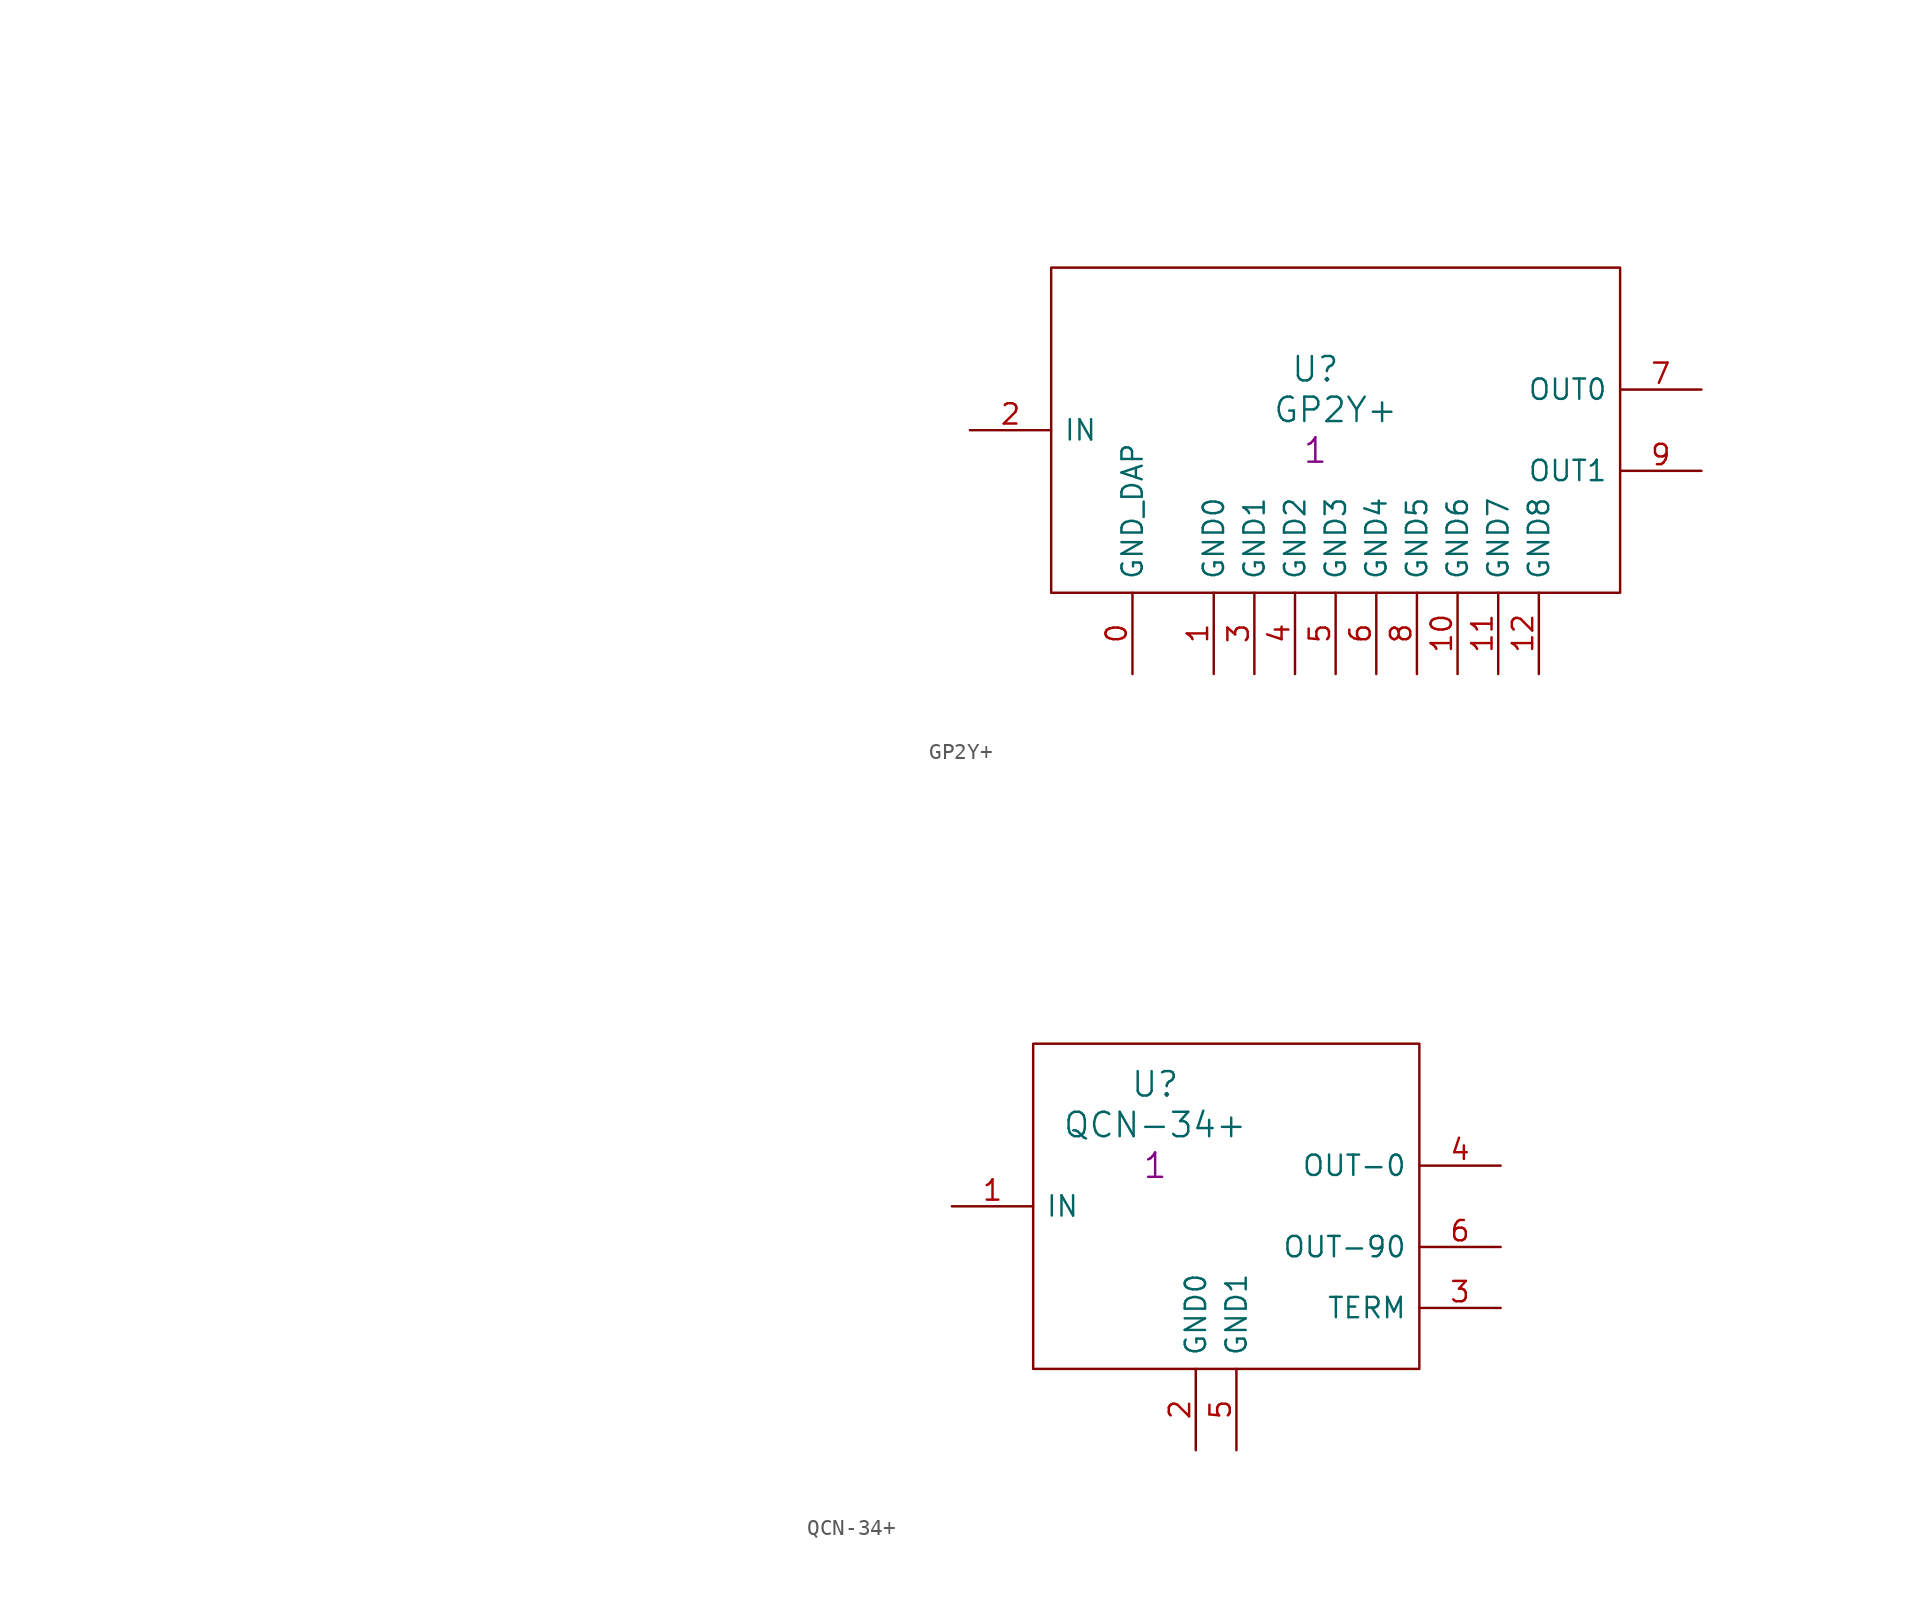
<source format=kicad_sym>
(kicad_symbol_lib
  (version 20211014)
  (generator kicad_symbol_editor)
  (symbol "GP2Y+"
    (pin_names
      (offset 0.762))
    (property "Reference" "U"
      (at 21.59 3.81 0)
      (effects (font (size 1.524 1.524))))
    (property "Value" "GP2Y+"
      (at 22.86 1.27 0)
      (effects (font (size 1.524 1.524))))
    (property "Datasheet" ""
      (at -46.99 19.05 0)
      (effects (font (size 1.524 1.524))))
    (property "Qty" "1"
      (at 21.59 -1.27 0)
      (effects (font (size 1.524 1.524))))
    (symbol "GP2Y+_0_1"
      (rectangle (start 5.08 10.16) (end 40.64 -10.16) (stroke (width 0) (type default) (color 0 0 0 0)) (fill (type none))))
    (symbol "GP2Y+_1_1"
      (pin power_in line (at 10.16 -15.24 90) (length 5.08) (name "GND_DAP" (effects (font (size 1.27 1.27)))) (number "0" (effects (font (size 1.27 1.27)))))
      (pin power_in line (at 15.24 -15.24 90) (length 5.08) (name "GND0" (effects (font (size 1.27 1.27)))) (number "1" (effects (font (size 1.27 1.27)))))
      (pin power_in line (at 30.48 -15.24 90) (length 5.08) (name "GND6" (effects (font (size 1.27 1.27)))) (number "10" (effects (font (size 1.27 1.27)))))
      (pin power_in line (at 33.02 -15.24 90) (length 5.08) (name "GND7" (effects (font (size 1.27 1.27)))) (number "11" (effects (font (size 1.27 1.27)))))
      (pin power_in line (at 35.56 -15.24 90) (length 5.08) (name "GND8" (effects (font (size 1.27 1.27)))) (number "12" (effects (font (size 1.27 1.27)))))
      (pin input line (at 0 0 0) (length 5.08) (name "IN" (effects (font (size 1.27 1.27)))) (number "2" (effects (font (size 1.27 1.27)))))
      (pin power_in line (at 17.78 -15.24 90) (length 5.08) (name "GND1" (effects (font (size 1.27 1.27)))) (number "3" (effects (font (size 1.27 1.27)))))
      (pin power_in line (at 20.32 -15.24 90) (length 5.08) (name "GND2" (effects (font (size 1.27 1.27)))) (number "4" (effects (font (size 1.27 1.27)))))
      (pin power_in line (at 22.86 -15.24 90) (length 5.08) (name "GND3" (effects (font (size 1.27 1.27)))) (number "5" (effects (font (size 1.27 1.27)))))
      (pin power_in line (at 25.4 -15.24 90) (length 5.08) (name "GND4" (effects (font (size 1.27 1.27)))) (number "6" (effects (font (size 1.27 1.27)))))
      (pin output line (at 45.72 2.54 180) (length 5.08) (name "OUT0" (effects (font (size 1.27 1.27)))) (number "7" (effects (font (size 1.27 1.27)))))
      (pin power_in line (at 27.94 -15.24 90) (length 5.08) (name "GND5" (effects (font (size 1.27 1.27)))) (number "8" (effects (font (size 1.27 1.27)))))
      (pin output line (at 45.72 -2.54 180) (length 5.08) (name "OUT1" (effects (font (size 1.27 1.27)))) (number "9" (effects (font (size 1.27 1.27)))))))
  (symbol "QCN-34+"
    (pin_names
      (offset 0.762))
    (property "Reference" "U"
      (at 12.7 7.62 0)
      (effects (font (size 1.524 1.524))))
    (property "Value" "QCN-34+"
      (at 12.7 5.08 0)
      (effects (font (size 1.524 1.524))))
    (property "Datasheet" ""
      (at -46.99 19.05 0)
      (effects (font (size 1.524 1.524))))
    (property "Qty" "1"
      (at 12.7 2.54 0)
      (effects (font (size 1.524 1.524))))
    (property "Height" ""
      (at 0 0 0)
      (effects (font (size 1.27 1.27))))
    (symbol "QCN-34+_0_1"
      (rectangle (start 5.08 10.16) (end 29.21 -10.16) (stroke (width 0) (type default) (color 0 0 0 0)) (fill (type none))))
    (symbol "QCN-34+_1_1"
      (pin input line (at 0 0 0) (length 5.08) (name "IN" (effects (font (size 1.27 1.27)))) (number "1" (effects (font (size 1.27 1.27)))))
      (pin power_in line (at 15.24 -15.24 90) (length 5.08) (name "GND0" (effects (font (size 1.27 1.27)))) (number "2" (effects (font (size 1.27 1.27)))))
      (pin input line (at 34.29 -6.35 180) (length 5.08) (name "TERM" (effects (font (size 1.27 1.27)))) (number "3" (effects (font (size 1.27 1.27)))))
      (pin output line (at 34.29 2.54 180) (length 5.08) (name "OUT-0" (effects (font (size 1.27 1.27)))) (number "4" (effects (font (size 1.27 1.27)))))
      (pin power_in line (at 17.78 -15.24 90) (length 5.08) (name "GND1" (effects (font (size 1.27 1.27)))) (number "5" (effects (font (size 1.27 1.27)))))
      (pin output line (at 34.29 -2.54 180) (length 5.08) (name "OUT-90" (effects (font (size 1.27 1.27)))) (number "6" (effects (font (size 1.27 1.27))))))))
</source>
